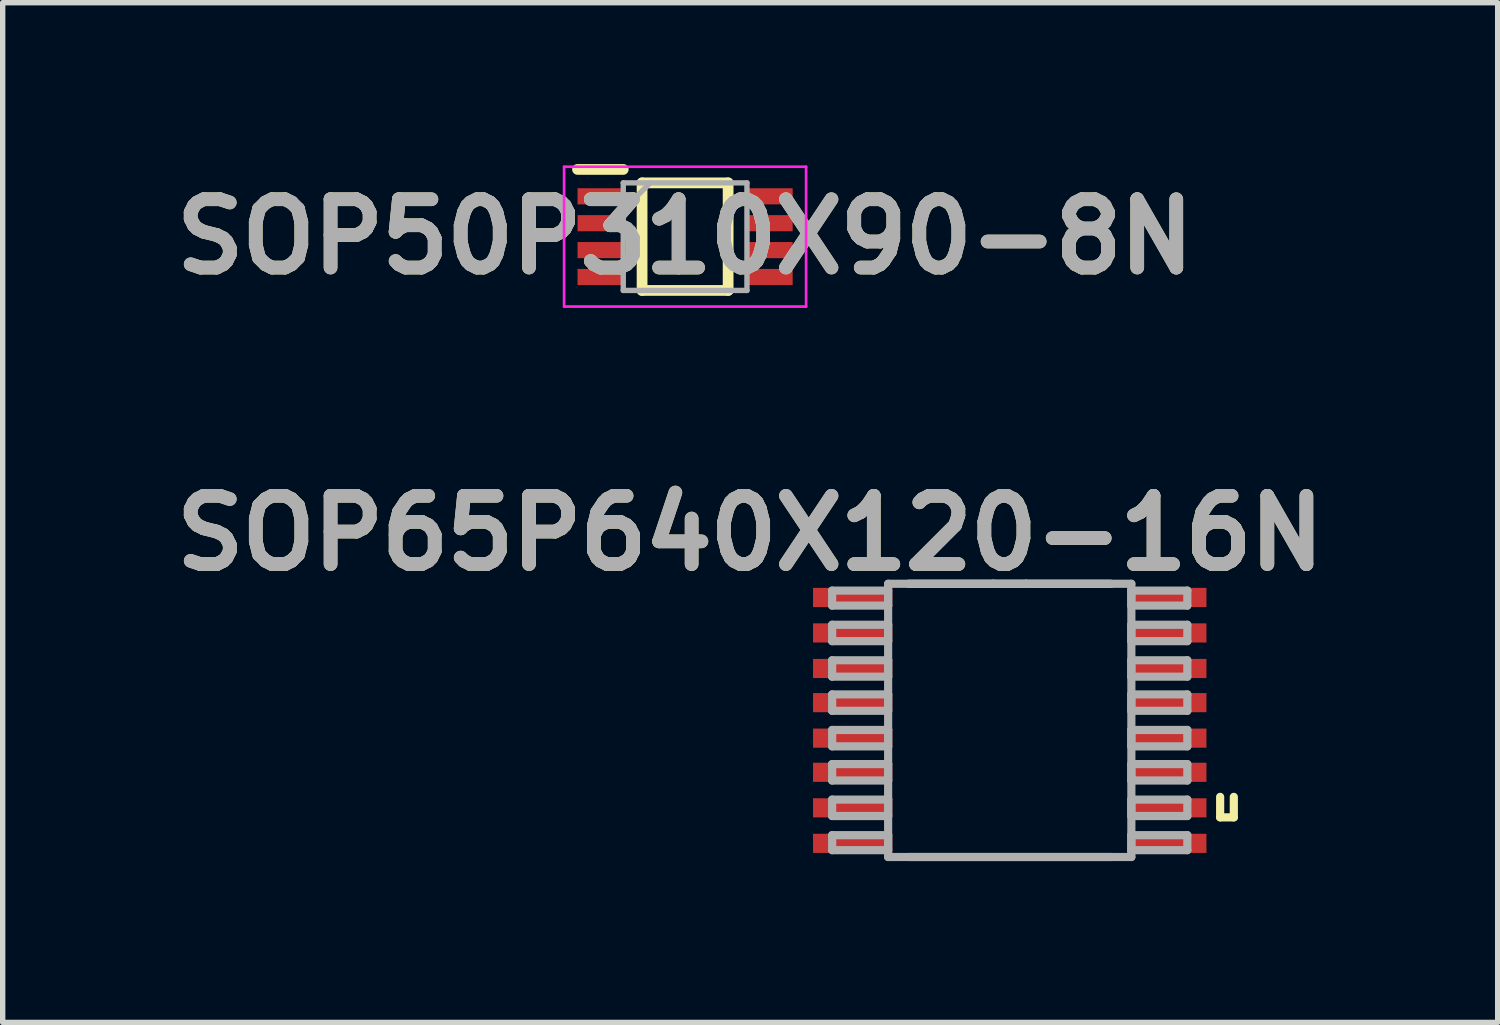
<source format=kicad_pcb>
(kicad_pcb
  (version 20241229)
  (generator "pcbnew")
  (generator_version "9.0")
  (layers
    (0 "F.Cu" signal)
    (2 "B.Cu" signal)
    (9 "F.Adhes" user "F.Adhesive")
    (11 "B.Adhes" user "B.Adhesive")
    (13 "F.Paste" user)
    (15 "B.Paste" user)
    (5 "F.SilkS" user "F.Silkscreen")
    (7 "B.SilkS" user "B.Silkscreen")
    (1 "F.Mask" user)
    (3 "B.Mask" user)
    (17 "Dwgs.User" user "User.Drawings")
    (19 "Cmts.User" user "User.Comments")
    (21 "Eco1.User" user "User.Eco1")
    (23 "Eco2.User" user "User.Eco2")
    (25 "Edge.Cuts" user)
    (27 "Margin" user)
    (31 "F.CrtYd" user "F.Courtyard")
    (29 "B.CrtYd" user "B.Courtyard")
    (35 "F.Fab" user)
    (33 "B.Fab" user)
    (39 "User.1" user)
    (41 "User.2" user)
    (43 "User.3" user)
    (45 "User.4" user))
  (footprint "SOP50P310X90-8N"
    (layer "F.Cu")
    (at 9.688 1.35)
    (property "Reference" "SOP50P310X90-8N" (at 0 0 0) (layer "F.SilkS") (effects (font (size 1.27 1.27) (thickness 0.254))))
    (attr smd)
    (fp_line (start -2 -1.25) (end -1.15 -1.25) (stroke (width 0.2) (type solid)) (layer "F.SilkS"))
    (fp_line (start -0.8 -1) (end 0.8 -1) (stroke (width 0.2) (type solid)) (layer "F.SilkS"))
    (fp_line (start -0.8 1) (end -0.8 -1) (stroke (width 0.2) (type solid)) (layer "F.SilkS"))
    (fp_line (start 0.8 -1) (end 0.8 1) (stroke (width 0.2) (type solid)) (layer "F.SilkS"))
    (fp_line (start 0.8 1) (end -0.8 1) (stroke (width 0.2) (type solid)) (layer "F.SilkS"))
    (fp_line (start -2.25 -1.3) (end 2.25 -1.3) (stroke (width 0.05) (type solid)) (layer "F.CrtYd"))
    (fp_line (start -2.25 1.3) (end -2.25 -1.3) (stroke (width 0.05) (type solid)) (layer "F.CrtYd"))
    (fp_line (start 2.25 -1.3) (end 2.25 1.3) (stroke (width 0.05) (type solid)) (layer "F.CrtYd"))
    (fp_line (start 2.25 1.3) (end -2.25 1.3) (stroke (width 0.05) (type solid)) (layer "F.CrtYd"))
    (fp_line (start -1.15 -1) (end 1.15 -1) (stroke (width 0.1) (type solid)) (layer "F.Fab"))
    (fp_line (start -1.15 -0.5) (end -0.65 -1) (stroke (width 0.1) (type solid)) (layer "F.Fab"))
    (fp_line (start -1.15 1) (end -1.15 -1) (stroke (width 0.1) (type solid)) (layer "F.Fab"))
    (fp_line (start 1.15 -1) (end 1.15 1) (stroke (width 0.1) (type solid)) (layer "F.Fab"))
    (fp_line (start 1.15 1) (end -1.15 1) (stroke (width 0.1) (type solid)) (layer "F.Fab"))
    (fp_text user "${REFERENCE}" (at 0 0 0) (layer "F.Fab") (effects (font (size 1.27 1.27) (thickness 0.254))))
    (pad "1" smd rect (at -1.575 -0.75 90) (size 0.3 0.85) (layers "F.Cu" "F.Mask" "F.Paste"))
    (pad "2" smd rect (at -1.575 -0.25 90) (size 0.3 0.85) (layers "F.Cu" "F.Mask" "F.Paste"))
    (pad "3" smd rect (at -1.575 0.25 90) (size 0.3 0.85) (layers "F.Cu" "F.Mask" "F.Paste"))
    (pad "4" smd rect (at -1.575 0.75 90) (size 0.3 0.85) (layers "F.Cu" "F.Mask" "F.Paste"))
    (pad "5" smd rect (at 1.575 0.75 90) (size 0.3 0.85) (layers "F.Cu" "F.Mask" "F.Paste"))
    (pad "6" smd rect (at 1.575 0.25 90) (size 0.3 0.85) (layers "F.Cu" "F.Mask" "F.Paste"))
    (pad "7" smd rect (at 1.575 -0.25 90) (size 0.3 0.85) (layers "F.Cu" "F.Mask" "F.Paste"))
    (pad "8" smd rect (at 1.575 -0.75 90) (size 0.3 0.85) (layers "F.Cu" "F.Mask" "F.Paste")))
  (footprint "SOP65P640X120-16N"
    (layer "F.Cu")
    (at 15.724 10.344)
    (property "Reference" "SOP65P640X120-16N" (at -4.826 -3.48 0) (layer "F.SilkS") (effects (font (size 1.27 1.27) (thickness 0.254))))
    (attr smd)
    (fp_line (start -1.88 2.54) (end 1.88 2.54) (stroke (width 0.152) (type solid)) (layer "F.SilkS"))
    (fp_line (start -0.305 -2.54) (end -1.88 -2.54) (stroke (width 0.152) (type solid)) (layer "F.SilkS"))
    (fp_line (start 0.305 -2.54) (end -0.305 -2.54) (stroke (width 0.152) (type solid)) (layer "F.SilkS"))
    (fp_line (start 1.88 -2.54) (end 0.305 -2.54) (stroke (width 0.152) (type solid)) (layer "F.SilkS"))
    (fp_line (start 3.912 1.803) (end 3.912 1.422) (stroke (width 0.152) (type solid)) (layer "F.SilkS"))
    (fp_line (start 4.166 1.422) (end 4.166 1.803) (stroke (width 0.152) (type solid)) (layer "F.SilkS"))
    (fp_line (start 4.166 1.803) (end 3.912 1.803) (stroke (width 0.152) (type solid)) (layer "F.SilkS"))
    (fp_line (start -3.302 -2.413) (end -3.302 -2.134) (stroke (width 0.152) (type solid)) (layer "F.Fab"))
    (fp_line (start -3.302 -2.134) (end -2.261 -2.134) (stroke (width 0.152) (type solid)) (layer "F.Fab"))
    (fp_line (start -3.302 -1.778) (end -3.302 -1.473) (stroke (width 0.152) (type solid)) (layer "F.Fab"))
    (fp_line (start -3.302 -1.473) (end -2.261 -1.473) (stroke (width 0.152) (type solid)) (layer "F.Fab"))
    (fp_line (start -3.302 -1.118) (end -3.302 -0.813) (stroke (width 0.152) (type solid)) (layer "F.Fab"))
    (fp_line (start -3.302 -0.813) (end -2.261 -0.813) (stroke (width 0.152) (type solid)) (layer "F.Fab"))
    (fp_line (start -3.302 -0.483) (end -3.302 -0.178) (stroke (width 0.152) (type solid)) (layer "F.Fab"))
    (fp_line (start -3.302 -0.178) (end -2.261 -0.178) (stroke (width 0.152) (type solid)) (layer "F.Fab"))
    (fp_line (start -3.302 0.178) (end -3.302 0.483) (stroke (width 0.152) (type solid)) (layer "F.Fab"))
    (fp_line (start -3.302 0.483) (end -2.261 0.483) (stroke (width 0.152) (type solid)) (layer "F.Fab"))
    (fp_line (start -3.302 0.813) (end -3.302 1.118) (stroke (width 0.152) (type solid)) (layer "F.Fab"))
    (fp_line (start -3.302 1.118) (end -2.261 1.118) (stroke (width 0.152) (type solid)) (layer "F.Fab"))
    (fp_line (start -3.302 1.473) (end -3.302 1.778) (stroke (width 0.152) (type solid)) (layer "F.Fab"))
    (fp_line (start -3.302 1.778) (end -2.261 1.778) (stroke (width 0.152) (type solid)) (layer "F.Fab"))
    (fp_line (start -3.302 2.134) (end -3.302 2.413) (stroke (width 0.152) (type solid)) (layer "F.Fab"))
    (fp_line (start -3.302 2.413) (end -2.261 2.413) (stroke (width 0.152) (type solid)) (layer "F.Fab"))
    (fp_line (start -2.261 -2.54) (end -2.261 2.54) (stroke (width 0.152) (type solid)) (layer "F.Fab"))
    (fp_line (start -2.261 -2.413) (end -3.302 -2.413) (stroke (width 0.152) (type solid)) (layer "F.Fab"))
    (fp_line (start -2.261 -2.134) (end -2.261 -2.413) (stroke (width 0.152) (type solid)) (layer "F.Fab"))
    (fp_line (start -2.261 -1.778) (end -3.302 -1.778) (stroke (width 0.152) (type solid)) (layer "F.Fab"))
    (fp_line (start -2.261 -1.473) (end -2.261 -1.778) (stroke (width 0.152) (type solid)) (layer "F.Fab"))
    (fp_line (start -2.261 -1.118) (end -3.302 -1.118) (stroke (width 0.152) (type solid)) (layer "F.Fab"))
    (fp_line (start -2.261 -0.813) (end -2.261 -1.118) (stroke (width 0.152) (type solid)) (layer "F.Fab"))
    (fp_line (start -2.261 -0.483) (end -3.302 -0.483) (stroke (width 0.152) (type solid)) (layer "F.Fab"))
    (fp_line (start -2.261 -0.178) (end -2.261 -0.483) (stroke (width 0.152) (type solid)) (layer "F.Fab"))
    (fp_line (start -2.261 0.178) (end -3.302 0.178) (stroke (width 0.152) (type solid)) (layer "F.Fab"))
    (fp_line (start -2.261 0.483) (end -2.261 0.178) (stroke (width 0.152) (type solid)) (layer "F.Fab"))
    (fp_line (start -2.261 0.813) (end -3.302 0.813) (stroke (width 0.152) (type solid)) (layer "F.Fab"))
    (fp_line (start -2.261 1.118) (end -2.261 0.813) (stroke (width 0.152) (type solid)) (layer "F.Fab"))
    (fp_line (start -2.261 1.473) (end -3.302 1.473) (stroke (width 0.152) (type solid)) (layer "F.Fab"))
    (fp_line (start -2.261 1.778) (end -2.261 1.473) (stroke (width 0.152) (type solid)) (layer "F.Fab"))
    (fp_line (start -2.261 2.134) (end -3.302 2.134) (stroke (width 0.152) (type solid)) (layer "F.Fab"))
    (fp_line (start -2.261 2.413) (end -2.261 2.134) (stroke (width 0.152) (type solid)) (layer "F.Fab"))
    (fp_line (start -2.261 2.54) (end 2.261 2.54) (stroke (width 0.152) (type solid)) (layer "F.Fab"))
    (fp_line (start -0.305 -2.54) (end -2.261 -2.54) (stroke (width 0.152) (type solid)) (layer "F.Fab"))
    (fp_line (start 0.305 -2.54) (end -0.305 -2.54) (stroke (width 0.152) (type solid)) (layer "F.Fab"))
    (fp_line (start 2.261 -2.54) (end 0.305 -2.54) (stroke (width 0.152) (type solid)) (layer "F.Fab"))
    (fp_line (start 2.261 -2.413) (end 2.261 -2.134) (stroke (width 0.152) (type solid)) (layer "F.Fab"))
    (fp_line (start 2.261 -2.134) (end 3.302 -2.134) (stroke (width 0.152) (type solid)) (layer "F.Fab"))
    (fp_line (start 2.261 -1.778) (end 2.261 -1.473) (stroke (width 0.152) (type solid)) (layer "F.Fab"))
    (fp_line (start 2.261 -1.473) (end 3.302 -1.473) (stroke (width 0.152) (type solid)) (layer "F.Fab"))
    (fp_line (start 2.261 -1.118) (end 2.261 -0.813) (stroke (width 0.152) (type solid)) (layer "F.Fab"))
    (fp_line (start 2.261 -0.813) (end 3.302 -0.813) (stroke (width 0.152) (type solid)) (layer "F.Fab"))
    (fp_line (start 2.261 -0.483) (end 2.261 -0.178) (stroke (width 0.152) (type solid)) (layer "F.Fab"))
    (fp_line (start 2.261 -0.178) (end 3.302 -0.178) (stroke (width 0.152) (type solid)) (layer "F.Fab"))
    (fp_line (start 2.261 0.178) (end 2.261 0.483) (stroke (width 0.152) (type solid)) (layer "F.Fab"))
    (fp_line (start 2.261 0.483) (end 3.302 0.483) (stroke (width 0.152) (type solid)) (layer "F.Fab"))
    (fp_line (start 2.261 0.813) (end 2.261 1.118) (stroke (width 0.152) (type solid)) (layer "F.Fab"))
    (fp_line (start 2.261 1.118) (end 3.302 1.118) (stroke (width 0.152) (type solid)) (layer "F.Fab"))
    (fp_line (start 2.261 1.473) (end 2.261 1.778) (stroke (width 0.152) (type solid)) (layer "F.Fab"))
    (fp_line (start 2.261 1.778) (end 3.302 1.778) (stroke (width 0.152) (type solid)) (layer "F.Fab"))
    (fp_line (start 2.261 2.134) (end 2.261 2.413) (stroke (width 0.152) (type solid)) (layer "F.Fab"))
    (fp_line (start 2.261 2.413) (end 3.302 2.413) (stroke (width 0.152) (type solid)) (layer "F.Fab"))
    (fp_line (start 2.261 2.54) (end 2.261 -2.54) (stroke (width 0.152) (type solid)) (layer "F.Fab"))
    (fp_line (start 3.302 -2.413) (end 2.261 -2.413) (stroke (width 0.152) (type solid)) (layer "F.Fab"))
    (fp_line (start 3.302 -2.134) (end 3.302 -2.413) (stroke (width 0.152) (type solid)) (layer "F.Fab"))
    (fp_line (start 3.302 -1.778) (end 2.261 -1.778) (stroke (width 0.152) (type solid)) (layer "F.Fab"))
    (fp_line (start 3.302 -1.473) (end 3.302 -1.778) (stroke (width 0.152) (type solid)) (layer "F.Fab"))
    (fp_line (start 3.302 -1.118) (end 2.261 -1.118) (stroke (width 0.152) (type solid)) (layer "F.Fab"))
    (fp_line (start 3.302 -0.813) (end 3.302 -1.118) (stroke (width 0.152) (type solid)) (layer "F.Fab"))
    (fp_line (start 3.302 -0.483) (end 2.261 -0.483) (stroke (width 0.152) (type solid)) (layer "F.Fab"))
    (fp_line (start 3.302 -0.178) (end 3.302 -0.483) (stroke (width 0.152) (type solid)) (layer "F.Fab"))
    (fp_line (start 3.302 0.178) (end 2.261 0.178) (stroke (width 0.152) (type solid)) (layer "F.Fab"))
    (fp_line (start 3.302 0.483) (end 3.302 0.178) (stroke (width 0.152) (type solid)) (layer "F.Fab"))
    (fp_line (start 3.302 0.813) (end 2.261 0.813) (stroke (width 0.152) (type solid)) (layer "F.Fab"))
    (fp_line (start 3.302 1.118) (end 3.302 0.813) (stroke (width 0.152) (type solid)) (layer "F.Fab"))
    (fp_line (start 3.302 1.473) (end 2.261 1.473) (stroke (width 0.152) (type solid)) (layer "F.Fab"))
    (fp_line (start 3.302 1.778) (end 3.302 1.473) (stroke (width 0.152) (type solid)) (layer "F.Fab"))
    (fp_line (start 3.302 2.134) (end 2.261 2.134) (stroke (width 0.152) (type solid)) (layer "F.Fab"))
    (fp_line (start 3.302 2.413) (end 3.302 2.134) (stroke (width 0.152) (type solid)) (layer "F.Fab"))
    (fp_text user "${REFERENCE}" (at -4.826 -3.48 0) (layer "F.Fab") (effects (font (size 1.27 1.27) (thickness 0.254))))
    (pad "1" smd rect (at -2.921 -2.286 90) (size 0.356 1.473) (layers "F.Cu" "F.Mask" "F.Paste"))
    (pad "2" smd rect (at -2.921 -1.626 90) (size 0.356 1.473) (layers "F.Cu" "F.Mask" "F.Paste"))
    (pad "3" smd rect (at -2.921 -0.965 90) (size 0.356 1.473) (layers "F.Cu" "F.Mask" "F.Paste"))
    (pad "4" smd rect (at -2.921 -0.33 90) (size 0.356 1.473) (layers "F.Cu" "F.Mask" "F.Paste"))
    (pad "5" smd rect (at -2.921 0.33 90) (size 0.356 1.473) (layers "F.Cu" "F.Mask" "F.Paste"))
    (pad "6" smd rect (at -2.921 0.965 90) (size 0.356 1.473) (layers "F.Cu" "F.Mask" "F.Paste"))
    (pad "7" smd rect (at -2.921 1.626 90) (size 0.356 1.473) (layers "F.Cu" "F.Mask" "F.Paste"))
    (pad "8" smd rect (at -2.921 2.286 90) (size 0.356 1.473) (layers "F.Cu" "F.Mask" "F.Paste"))
    (pad "9" smd rect (at 2.921 2.286 90) (size 0.356 1.473) (layers "F.Cu" "F.Mask" "F.Paste"))
    (pad "10" smd rect (at 2.921 1.626 90) (size 0.356 1.473) (layers "F.Cu" "F.Mask" "F.Paste"))
    (pad "11" smd rect (at 2.921 0.965 90) (size 0.356 1.473) (layers "F.Cu" "F.Mask" "F.Paste"))
    (pad "12" smd rect (at 2.921 0.33 90) (size 0.356 1.473) (layers "F.Cu" "F.Mask" "F.Paste"))
    (pad "13" smd rect (at 2.921 -0.33 90) (size 0.356 1.473) (layers "F.Cu" "F.Mask" "F.Paste"))
    (pad "14" smd rect (at 2.921 -0.965 90) (size 0.356 1.473) (layers "F.Cu" "F.Mask" "F.Paste"))
    (pad "15" smd rect (at 2.921 -1.626 90) (size 0.356 1.473) (layers "F.Cu" "F.Mask" "F.Paste"))
    (pad "16" smd rect (at 2.921 -2.286 90) (size 0.356 1.473) (layers "F.Cu" "F.Mask" "F.Paste")))
  (gr_rect
    (start -3 -3)
    (end 24.796 15.96)
    (stroke (width 0.1) (type default))
    (fill no)
    (layer "Edge.Cuts")))
</source>
